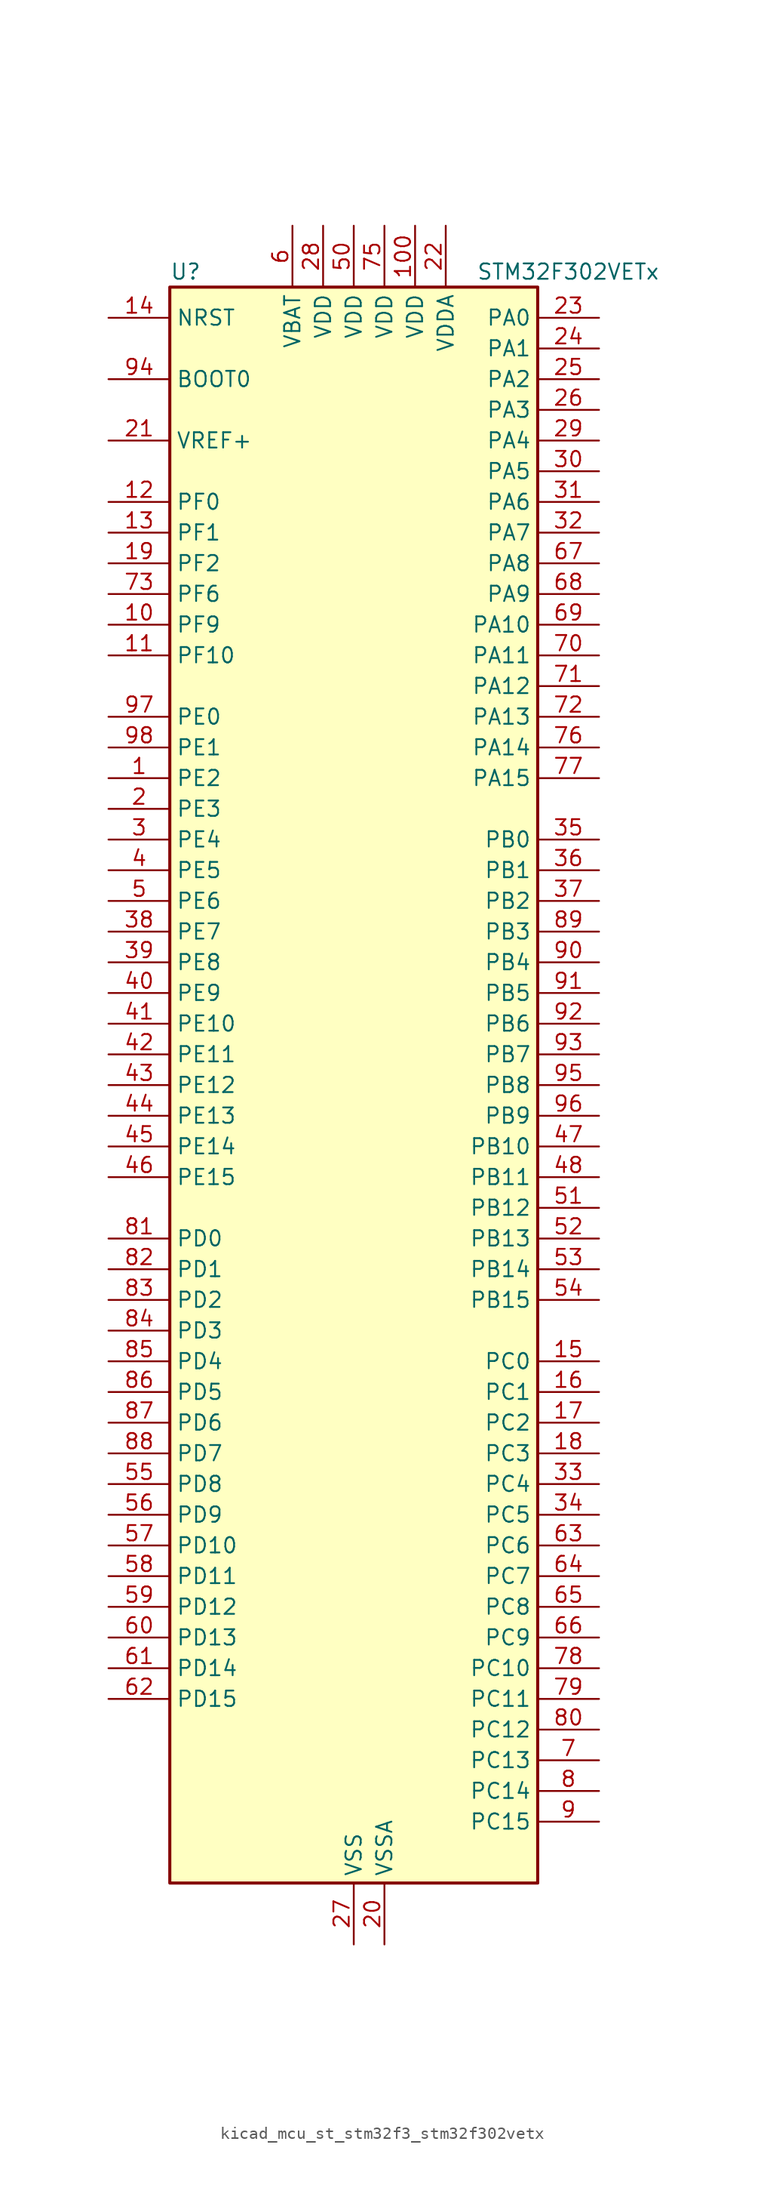
<source format=kicad_sym>
(kicad_symbol_lib
  (version 20220914)
  (generator kicad_symbol_editor)
  (symbol "kicad_mcu_st_stm32f3_stm32f302vetx"
    (property "Reference" "U"
      (at -15.24 67.31 0)
      (effects (font (size 1.27 1.27)) (justify left)))
    (property "Value" "STM32F302VETx"
      (at 10.16 67.31 0)
      (effects (font (size 1.27 1.27)) (justify left)))
    (property "ki_locked" ""
      (at 0 0 0)
      (effects (font (size 1.27 1.27))))
    (symbol "kicad_mcu_st_stm32f3_stm32f302vetx_0_1"
      (rectangle (start -15.24 -66.04) (end 15.24 66.04) (stroke (width 0.254) (type default)) (fill (type background))))
    (symbol "kicad_mcu_st_stm32f3_stm32f302vetx_1_1"
      (pin bidirectional line (at -20.32 25.4 0) (length 5.08) (name "PE2" (effects (font (size 1.27 1.27)))) (number "1" (effects (font (size 1.27 1.27)))) (alternate "FMC_A23" bidirectional line) (alternate "SPI4_SCK" bidirectional line) (alternate "SYS_TRACECK" bidirectional line) (alternate "TIM3_CH1" bidirectional line) (alternate "TSC_G7_IO1" bidirectional line))
      (pin bidirectional line (at -20.32 38.1 0) (length 5.08) (name "PF9" (effects (font (size 1.27 1.27)))) (number "10" (effects (font (size 1.27 1.27)))) (alternate "DAC1_EXTI9" bidirectional line) (alternate "FMC_CD" bidirectional line) (alternate "SPI2_SCK" bidirectional line) (alternate "TIM15_CH1" bidirectional line))
      (pin power_in line (at 5.08 71.12 270) (length 5.08) (name "VDD" (effects (font (size 1.27 1.27)))) (number "100" (effects (font (size 1.27 1.27)))))
      (pin bidirectional line (at -20.32 35.56 0) (length 5.08) (name "PF10" (effects (font (size 1.27 1.27)))) (number "11" (effects (font (size 1.27 1.27)))) (alternate "FMC_INTR" bidirectional line) (alternate "SPI2_SCK" bidirectional line) (alternate "TIM15_CH2" bidirectional line))
      (pin bidirectional line (at -20.32 48.26 0) (length 5.08) (name "PF0" (effects (font (size 1.27 1.27)))) (number "12" (effects (font (size 1.27 1.27)))) (alternate "I2C2_SDA" bidirectional line) (alternate "I2S2_WS" bidirectional line) (alternate "RCC_OSC_IN" bidirectional line) (alternate "SPI2_NSS" bidirectional line) (alternate "TIM1_CH3N" bidirectional line))
      (pin bidirectional line (at -20.32 45.72 0) (length 5.08) (name "PF1" (effects (font (size 1.27 1.27)))) (number "13" (effects (font (size 1.27 1.27)))) (alternate "I2C2_SCL" bidirectional line) (alternate "I2S2_CK" bidirectional line) (alternate "RCC_OSC_OUT" bidirectional line) (alternate "SPI2_SCK" bidirectional line))
      (pin input line (at -20.32 63.5 0) (length 5.08) (name "NRST" (effects (font (size 1.27 1.27)))) (number "14" (effects (font (size 1.27 1.27)))))
      (pin bidirectional line (at 20.32 -22.86 180) (length 5.08) (name "PC0" (effects (font (size 1.27 1.27)))) (number "15" (effects (font (size 1.27 1.27)))) (alternate "ADC1_IN6" bidirectional line) (alternate "ADC2_IN6" bidirectional line) (alternate "TIM1_CH1" bidirectional line))
      (pin bidirectional line (at 20.32 -25.4 180) (length 5.08) (name "PC1" (effects (font (size 1.27 1.27)))) (number "16" (effects (font (size 1.27 1.27)))) (alternate "ADC1_IN7" bidirectional line) (alternate "ADC2_IN7" bidirectional line) (alternate "TIM1_CH2" bidirectional line))
      (pin bidirectional line (at 20.32 -27.94 180) (length 5.08) (name "PC2" (effects (font (size 1.27 1.27)))) (number "17" (effects (font (size 1.27 1.27)))) (alternate "ADC1_IN8" bidirectional line) (alternate "ADC2_IN8" bidirectional line) (alternate "TIM1_CH3" bidirectional line))
      (pin bidirectional line (at 20.32 -30.48 180) (length 5.08) (name "PC3" (effects (font (size 1.27 1.27)))) (number "18" (effects (font (size 1.27 1.27)))) (alternate "ADC1_IN9" bidirectional line) (alternate "ADC2_IN9" bidirectional line) (alternate "TIM1_BKIN2" bidirectional line) (alternate "TIM1_CH4" bidirectional line))
      (pin bidirectional line (at -20.32 43.18 0) (length 5.08) (name "PF2" (effects (font (size 1.27 1.27)))) (number "19" (effects (font (size 1.27 1.27)))) (alternate "ADC1_IN10" bidirectional line) (alternate "ADC2_IN10" bidirectional line) (alternate "FMC_A2" bidirectional line))
      (pin bidirectional line (at -20.32 22.86 0) (length 5.08) (name "PE3" (effects (font (size 1.27 1.27)))) (number "2" (effects (font (size 1.27 1.27)))) (alternate "FMC_A19" bidirectional line) (alternate "SPI4_NSS" bidirectional line) (alternate "SYS_TRACED0" bidirectional line) (alternate "TIM3_CH2" bidirectional line) (alternate "TSC_G7_IO2" bidirectional line))
      (pin power_in line (at 2.54 -71.12 90) (length 5.08) (name "VSSA" (effects (font (size 1.27 1.27)))) (number "20" (effects (font (size 1.27 1.27)))))
      (pin input line (at -20.32 53.34 0) (length 5.08) (name "VREF+" (effects (font (size 1.27 1.27)))) (number "21" (effects (font (size 1.27 1.27)))))
      (pin power_in line (at 7.62 71.12 270) (length 5.08) (name "VDDA" (effects (font (size 1.27 1.27)))) (number "22" (effects (font (size 1.27 1.27)))))
      (pin bidirectional line (at 20.32 63.5 180) (length 5.08) (name "PA0" (effects (font (size 1.27 1.27)))) (number "23" (effects (font (size 1.27 1.27)))) (alternate "ADC1_IN1" bidirectional line) (alternate "COMP1_INM" bidirectional line) (alternate "COMP1_OUT" bidirectional line) (alternate "RTC_TAMP2" bidirectional line) (alternate "SYS_WKUP1" bidirectional line) (alternate "TIM2_CH1" bidirectional line) (alternate "TIM2_ETR" bidirectional line) (alternate "TSC_G1_IO1" bidirectional line) (alternate "USART2_CTS" bidirectional line))
      (pin bidirectional line (at 20.32 60.96 180) (length 5.08) (name "PA1" (effects (font (size 1.27 1.27)))) (number "24" (effects (font (size 1.27 1.27)))) (alternate "ADC1_IN2" bidirectional line) (alternate "COMP1_INP" bidirectional line) (alternate "OPAMP1_VINP" bidirectional line) (alternate "OPAMP1_VINP_SEC" bidirectional line) (alternate "RTC_REFIN" bidirectional line) (alternate "TIM15_CH1N" bidirectional line) (alternate "TIM2_CH2" bidirectional line) (alternate "TSC_G1_IO2" bidirectional line) (alternate "USART2_DE" bidirectional line) (alternate "USART2_RTS" bidirectional line))
      (pin bidirectional line (at 20.32 58.42 180) (length 5.08) (name "PA2" (effects (font (size 1.27 1.27)))) (number "25" (effects (font (size 1.27 1.27)))) (alternate "ADC1_IN3" bidirectional line) (alternate "COMP2_INM" bidirectional line) (alternate "COMP2_OUT" bidirectional line) (alternate "OPAMP1_VOUT" bidirectional line) (alternate "TIM15_CH1" bidirectional line) (alternate "TIM2_CH3" bidirectional line) (alternate "TSC_G1_IO3" bidirectional line) (alternate "USART2_TX" bidirectional line))
      (pin bidirectional line (at 20.32 55.88 180) (length 5.08) (name "PA3" (effects (font (size 1.27 1.27)))) (number "26" (effects (font (size 1.27 1.27)))) (alternate "ADC1_IN4" bidirectional line) (alternate "OPAMP1_VINM" bidirectional line) (alternate "OPAMP1_VINM_SEC" bidirectional line) (alternate "OPAMP1_VINP" bidirectional line) (alternate "OPAMP1_VINP_SEC" bidirectional line) (alternate "TIM15_CH2" bidirectional line) (alternate "TIM2_CH4" bidirectional line) (alternate "TSC_G1_IO4" bidirectional line) (alternate "USART2_RX" bidirectional line))
      (pin power_in line (at 0 -71.12 90) (length 5.08) (name "VSS" (effects (font (size 1.27 1.27)))) (number "27" (effects (font (size 1.27 1.27)))))
      (pin power_in line (at -2.54 71.12 270) (length 5.08) (name "VDD" (effects (font (size 1.27 1.27)))) (number "28" (effects (font (size 1.27 1.27)))))
      (pin bidirectional line (at 20.32 53.34 180) (length 5.08) (name "PA4" (effects (font (size 1.27 1.27)))) (number "29" (effects (font (size 1.27 1.27)))) (alternate "ADC2_IN1" bidirectional line) (alternate "COMP1_INM" bidirectional line) (alternate "COMP2_INM" bidirectional line) (alternate "COMP4_INM" bidirectional line) (alternate "COMP6_INM" bidirectional line) (alternate "DAC1_OUT1" bidirectional line) (alternate "I2S3_WS" bidirectional line) (alternate "SPI1_NSS" bidirectional line) (alternate "SPI3_NSS" bidirectional line) (alternate "TIM3_CH2" bidirectional line) (alternate "TSC_G2_IO1" bidirectional line) (alternate "USART2_CK" bidirectional line))
      (pin bidirectional line (at -20.32 20.32 0) (length 5.08) (name "PE4" (effects (font (size 1.27 1.27)))) (number "3" (effects (font (size 1.27 1.27)))) (alternate "FMC_A20" bidirectional line) (alternate "SPI4_NSS" bidirectional line) (alternate "SYS_TRACED1" bidirectional line) (alternate "TIM3_CH3" bidirectional line) (alternate "TSC_G7_IO3" bidirectional line))
      (pin bidirectional line (at 20.32 50.8 180) (length 5.08) (name "PA5" (effects (font (size 1.27 1.27)))) (number "30" (effects (font (size 1.27 1.27)))) (alternate "ADC2_IN2" bidirectional line) (alternate "COMP1_INM" bidirectional line) (alternate "COMP2_INM" bidirectional line) (alternate "COMP4_INM" bidirectional line) (alternate "COMP6_INM" bidirectional line) (alternate "OPAMP1_VINP" bidirectional line) (alternate "OPAMP1_VINP_SEC" bidirectional line) (alternate "OPAMP2_VINM" bidirectional line) (alternate "OPAMP2_VINM_SEC" bidirectional line) (alternate "SPI1_SCK" bidirectional line) (alternate "TIM2_CH1" bidirectional line) (alternate "TIM2_ETR" bidirectional line) (alternate "TSC_G2_IO2" bidirectional line))
      (pin bidirectional line (at 20.32 48.26 180) (length 5.08) (name "PA6" (effects (font (size 1.27 1.27)))) (number "31" (effects (font (size 1.27 1.27)))) (alternate "ADC2_IN3" bidirectional line) (alternate "COMP1_OUT" bidirectional line) (alternate "OPAMP2_VOUT" bidirectional line) (alternate "SPI1_MISO" bidirectional line) (alternate "TIM16_CH1" bidirectional line) (alternate "TIM1_BKIN" bidirectional line) (alternate "TIM3_CH1" bidirectional line) (alternate "TSC_G2_IO3" bidirectional line))
      (pin bidirectional line (at 20.32 45.72 180) (length 5.08) (name "PA7" (effects (font (size 1.27 1.27)))) (number "32" (effects (font (size 1.27 1.27)))) (alternate "ADC2_IN4" bidirectional line) (alternate "COMP2_INP" bidirectional line) (alternate "OPAMP1_VINP" bidirectional line) (alternate "OPAMP1_VINP_SEC" bidirectional line) (alternate "OPAMP2_VINP" bidirectional line) (alternate "OPAMP2_VINP_SEC" bidirectional line) (alternate "SPI1_MOSI" bidirectional line) (alternate "TIM17_CH1" bidirectional line) (alternate "TIM1_CH1N" bidirectional line) (alternate "TIM3_CH2" bidirectional line) (alternate "TSC_G2_IO4" bidirectional line))
      (pin bidirectional line (at 20.32 -33.02 180) (length 5.08) (name "PC4" (effects (font (size 1.27 1.27)))) (number "33" (effects (font (size 1.27 1.27)))) (alternate "ADC2_IN5" bidirectional line) (alternate "TIM1_ETR" bidirectional line) (alternate "USART1_TX" bidirectional line))
      (pin bidirectional line (at 20.32 -35.56 180) (length 5.08) (name "PC5" (effects (font (size 1.27 1.27)))) (number "34" (effects (font (size 1.27 1.27)))) (alternate "ADC2_IN11" bidirectional line) (alternate "OPAMP1_VINM" bidirectional line) (alternate "OPAMP1_VINM_SEC" bidirectional line) (alternate "OPAMP2_VINM" bidirectional line) (alternate "OPAMP2_VINM_SEC" bidirectional line) (alternate "TIM15_BKIN" bidirectional line) (alternate "TSC_G3_IO1" bidirectional line) (alternate "USART1_RX" bidirectional line))
      (pin bidirectional line (at 20.32 20.32 180) (length 5.08) (name "PB0" (effects (font (size 1.27 1.27)))) (number "35" (effects (font (size 1.27 1.27)))) (alternate "COMP4_INP" bidirectional line) (alternate "OPAMP2_VINP" bidirectional line) (alternate "OPAMP2_VINP_SEC" bidirectional line) (alternate "TIM1_CH2N" bidirectional line) (alternate "TIM3_CH3" bidirectional line) (alternate "TSC_G3_IO2" bidirectional line))
      (pin bidirectional line (at 20.32 17.78 180) (length 5.08) (name "PB1" (effects (font (size 1.27 1.27)))) (number "36" (effects (font (size 1.27 1.27)))) (alternate "COMP4_OUT" bidirectional line) (alternate "TIM1_CH3N" bidirectional line) (alternate "TIM3_CH4" bidirectional line) (alternate "TSC_G3_IO3" bidirectional line))
      (pin bidirectional line (at 20.32 15.24 180) (length 5.08) (name "PB2" (effects (font (size 1.27 1.27)))) (number "37" (effects (font (size 1.27 1.27)))) (alternate "ADC2_IN12" bidirectional line) (alternate "COMP4_INM" bidirectional line) (alternate "TSC_G3_IO4" bidirectional line))
      (pin bidirectional line (at -20.32 12.7 0) (length 5.08) (name "PE7" (effects (font (size 1.27 1.27)))) (number "38" (effects (font (size 1.27 1.27)))) (alternate "FMC_D4" bidirectional line) (alternate "FMC_DA4" bidirectional line) (alternate "TIM1_ETR" bidirectional line))
      (pin bidirectional line (at -20.32 10.16 0) (length 5.08) (name "PE8" (effects (font (size 1.27 1.27)))) (number "39" (effects (font (size 1.27 1.27)))) (alternate "COMP4_INM" bidirectional line) (alternate "FMC_D5" bidirectional line) (alternate "FMC_DA5" bidirectional line) (alternate "TIM1_CH1N" bidirectional line))
      (pin bidirectional line (at -20.32 17.78 0) (length 5.08) (name "PE5" (effects (font (size 1.27 1.27)))) (number "4" (effects (font (size 1.27 1.27)))) (alternate "FMC_A21" bidirectional line) (alternate "SPI4_MISO" bidirectional line) (alternate "SYS_TRACED2" bidirectional line) (alternate "TIM3_CH4" bidirectional line) (alternate "TSC_G7_IO4" bidirectional line))
      (pin bidirectional line (at -20.32 7.62 0) (length 5.08) (name "PE9" (effects (font (size 1.27 1.27)))) (number "40" (effects (font (size 1.27 1.27)))) (alternate "DAC1_EXTI9" bidirectional line) (alternate "FMC_D6" bidirectional line) (alternate "FMC_DA6" bidirectional line) (alternate "TIM1_CH1" bidirectional line))
      (pin bidirectional line (at -20.32 5.08 0) (length 5.08) (name "PE10" (effects (font (size 1.27 1.27)))) (number "41" (effects (font (size 1.27 1.27)))) (alternate "FMC_D7" bidirectional line) (alternate "FMC_DA7" bidirectional line) (alternate "TIM1_CH2N" bidirectional line))
      (pin bidirectional line (at -20.32 2.54 0) (length 5.08) (name "PE11" (effects (font (size 1.27 1.27)))) (number "42" (effects (font (size 1.27 1.27)))) (alternate "ADC1_EXTI11" bidirectional line) (alternate "ADC2_EXTI11" bidirectional line) (alternate "FMC_D8" bidirectional line) (alternate "FMC_DA8" bidirectional line) (alternate "SPI4_NSS" bidirectional line) (alternate "TIM1_CH2" bidirectional line))
      (pin bidirectional line (at -20.32 0 0) (length 5.08) (name "PE12" (effects (font (size 1.27 1.27)))) (number "43" (effects (font (size 1.27 1.27)))) (alternate "FMC_D9" bidirectional line) (alternate "FMC_DA9" bidirectional line) (alternate "SPI4_SCK" bidirectional line) (alternate "TIM1_CH3N" bidirectional line))
      (pin bidirectional line (at -20.32 -2.54 0) (length 5.08) (name "PE13" (effects (font (size 1.27 1.27)))) (number "44" (effects (font (size 1.27 1.27)))) (alternate "FMC_D10" bidirectional line) (alternate "FMC_DA10" bidirectional line) (alternate "SPI4_MISO" bidirectional line) (alternate "TIM1_CH3" bidirectional line))
      (pin bidirectional line (at -20.32 -5.08 0) (length 5.08) (name "PE14" (effects (font (size 1.27 1.27)))) (number "45" (effects (font (size 1.27 1.27)))) (alternate "FMC_D11" bidirectional line) (alternate "FMC_DA11" bidirectional line) (alternate "SPI4_MOSI" bidirectional line) (alternate "TIM1_BKIN2" bidirectional line) (alternate "TIM1_CH4" bidirectional line))
      (pin bidirectional line (at -20.32 -7.62 0) (length 5.08) (name "PE15" (effects (font (size 1.27 1.27)))) (number "46" (effects (font (size 1.27 1.27)))) (alternate "ADC1_EXTI15" bidirectional line) (alternate "ADC2_EXTI15" bidirectional line) (alternate "FMC_D12" bidirectional line) (alternate "FMC_DA12" bidirectional line) (alternate "TIM1_BKIN" bidirectional line) (alternate "USART3_RX" bidirectional line))
      (pin bidirectional line (at 20.32 -5.08 180) (length 5.08) (name "PB10" (effects (font (size 1.27 1.27)))) (number "47" (effects (font (size 1.27 1.27)))) (alternate "TIM2_CH3" bidirectional line) (alternate "TSC_SYNC" bidirectional line) (alternate "USART3_TX" bidirectional line))
      (pin bidirectional line (at 20.32 -7.62 180) (length 5.08) (name "PB11" (effects (font (size 1.27 1.27)))) (number "48" (effects (font (size 1.27 1.27)))) (alternate "ADC1_EXTI11" bidirectional line) (alternate "ADC1_IN14" bidirectional line) (alternate "ADC2_EXTI11" bidirectional line) (alternate "ADC2_IN14" bidirectional line) (alternate "COMP6_INP" bidirectional line) (alternate "TIM2_CH4" bidirectional line) (alternate "TSC_G6_IO1" bidirectional line) (alternate "USART3_RX" bidirectional line))
      (pin passive line (at 0 -71.12 90) (length 5.08) hide (name "VSS" (effects (font (size 1.27 1.27)))) (number "49" (effects (font (size 1.27 1.27)))))
      (pin bidirectional line (at -20.32 15.24 0) (length 5.08) (name "PE6" (effects (font (size 1.27 1.27)))) (number "5" (effects (font (size 1.27 1.27)))) (alternate "FMC_A22" bidirectional line) (alternate "RTC_TAMP3" bidirectional line) (alternate "SPI4_MOSI" bidirectional line) (alternate "SYS_TRACED3" bidirectional line) (alternate "SYS_WKUP3" bidirectional line))
      (pin power_in line (at 0 71.12 270) (length 5.08) (name "VDD" (effects (font (size 1.27 1.27)))) (number "50" (effects (font (size 1.27 1.27)))))
      (pin bidirectional line (at 20.32 -10.16 180) (length 5.08) (name "PB12" (effects (font (size 1.27 1.27)))) (number "51" (effects (font (size 1.27 1.27)))) (alternate "I2C2_SMBA" bidirectional line) (alternate "I2S2_WS" bidirectional line) (alternate "SPI2_NSS" bidirectional line) (alternate "TIM1_BKIN" bidirectional line) (alternate "TSC_G6_IO2" bidirectional line) (alternate "USART3_CK" bidirectional line))
      (pin bidirectional line (at 20.32 -12.7 180) (length 5.08) (name "PB13" (effects (font (size 1.27 1.27)))) (number "52" (effects (font (size 1.27 1.27)))) (alternate "I2S2_CK" bidirectional line) (alternate "SPI2_SCK" bidirectional line) (alternate "TIM1_CH1N" bidirectional line) (alternate "TSC_G6_IO3" bidirectional line) (alternate "USART3_CTS" bidirectional line))
      (pin bidirectional line (at 20.32 -15.24 180) (length 5.08) (name "PB14" (effects (font (size 1.27 1.27)))) (number "53" (effects (font (size 1.27 1.27)))) (alternate "I2S2_ext_SD" bidirectional line) (alternate "OPAMP2_VINP" bidirectional line) (alternate "OPAMP2_VINP_SEC" bidirectional line) (alternate "SPI2_MISO" bidirectional line) (alternate "TIM15_CH1" bidirectional line) (alternate "TIM1_CH2N" bidirectional line) (alternate "TSC_G6_IO4" bidirectional line) (alternate "USART3_DE" bidirectional line) (alternate "USART3_RTS" bidirectional line))
      (pin bidirectional line (at 20.32 -17.78 180) (length 5.08) (name "PB15" (effects (font (size 1.27 1.27)))) (number "54" (effects (font (size 1.27 1.27)))) (alternate "ADC1_EXTI15" bidirectional line) (alternate "ADC2_EXTI15" bidirectional line) (alternate "COMP6_INM" bidirectional line) (alternate "I2S2_SD" bidirectional line) (alternate "RTC_REFIN" bidirectional line) (alternate "SPI2_MOSI" bidirectional line) (alternate "TIM15_CH1N" bidirectional line) (alternate "TIM15_CH2" bidirectional line) (alternate "TIM1_CH3N" bidirectional line))
      (pin bidirectional line (at -20.32 -33.02 0) (length 5.08) (name "PD8" (effects (font (size 1.27 1.27)))) (number "55" (effects (font (size 1.27 1.27)))) (alternate "FMC_D13" bidirectional line) (alternate "FMC_DA13" bidirectional line) (alternate "USART3_TX" bidirectional line))
      (pin bidirectional line (at -20.32 -35.56 0) (length 5.08) (name "PD9" (effects (font (size 1.27 1.27)))) (number "56" (effects (font (size 1.27 1.27)))) (alternate "DAC1_EXTI9" bidirectional line) (alternate "FMC_D14" bidirectional line) (alternate "FMC_DA14" bidirectional line) (alternate "USART3_RX" bidirectional line))
      (pin bidirectional line (at -20.32 -38.1 0) (length 5.08) (name "PD10" (effects (font (size 1.27 1.27)))) (number "57" (effects (font (size 1.27 1.27)))) (alternate "COMP6_INM" bidirectional line) (alternate "FMC_D15" bidirectional line) (alternate "FMC_DA15" bidirectional line) (alternate "USART3_CK" bidirectional line))
      (pin bidirectional line (at -20.32 -40.64 0) (length 5.08) (name "PD11" (effects (font (size 1.27 1.27)))) (number "58" (effects (font (size 1.27 1.27)))) (alternate "ADC1_EXTI11" bidirectional line) (alternate "ADC2_EXTI11" bidirectional line) (alternate "FMC_A16" bidirectional line) (alternate "FMC_CLE" bidirectional line) (alternate "USART3_CTS" bidirectional line))
      (pin bidirectional line (at -20.32 -43.18 0) (length 5.08) (name "PD12" (effects (font (size 1.27 1.27)))) (number "59" (effects (font (size 1.27 1.27)))) (alternate "FMC_A17" bidirectional line) (alternate "FMC_ALE" bidirectional line) (alternate "TIM4_CH1" bidirectional line) (alternate "TSC_G8_IO1" bidirectional line) (alternate "USART3_DE" bidirectional line) (alternate "USART3_RTS" bidirectional line))
      (pin power_in line (at -5.08 71.12 270) (length 5.08) (name "VBAT" (effects (font (size 1.27 1.27)))) (number "6" (effects (font (size 1.27 1.27)))))
      (pin bidirectional line (at -20.32 -45.72 0) (length 5.08) (name "PD13" (effects (font (size 1.27 1.27)))) (number "60" (effects (font (size 1.27 1.27)))) (alternate "FMC_A18" bidirectional line) (alternate "TIM4_CH2" bidirectional line) (alternate "TSC_G8_IO2" bidirectional line))
      (pin bidirectional line (at -20.32 -48.26 0) (length 5.08) (name "PD14" (effects (font (size 1.27 1.27)))) (number "61" (effects (font (size 1.27 1.27)))) (alternate "FMC_D0" bidirectional line) (alternate "FMC_DA0" bidirectional line) (alternate "OPAMP2_VINP" bidirectional line) (alternate "OPAMP2_VINP_SEC" bidirectional line) (alternate "TIM4_CH3" bidirectional line) (alternate "TSC_G8_IO3" bidirectional line))
      (pin bidirectional line (at -20.32 -50.8 0) (length 5.08) (name "PD15" (effects (font (size 1.27 1.27)))) (number "62" (effects (font (size 1.27 1.27)))) (alternate "ADC1_EXTI15" bidirectional line) (alternate "ADC2_EXTI15" bidirectional line) (alternate "FMC_D1" bidirectional line) (alternate "FMC_DA1" bidirectional line) (alternate "SPI2_NSS" bidirectional line) (alternate "TIM4_CH4" bidirectional line) (alternate "TSC_G8_IO4" bidirectional line))
      (pin bidirectional line (at 20.32 -38.1 180) (length 5.08) (name "PC6" (effects (font (size 1.27 1.27)))) (number "63" (effects (font (size 1.27 1.27)))) (alternate "COMP6_OUT" bidirectional line) (alternate "I2S2_MCK" bidirectional line) (alternate "TIM3_CH1" bidirectional line))
      (pin bidirectional line (at 20.32 -40.64 180) (length 5.08) (name "PC7" (effects (font (size 1.27 1.27)))) (number "64" (effects (font (size 1.27 1.27)))) (alternate "I2S3_MCK" bidirectional line) (alternate "TIM3_CH2" bidirectional line))
      (pin bidirectional line (at 20.32 -43.18 180) (length 5.08) (name "PC8" (effects (font (size 1.27 1.27)))) (number "65" (effects (font (size 1.27 1.27)))) (alternate "TIM3_CH3" bidirectional line))
      (pin bidirectional line (at 20.32 -45.72 180) (length 5.08) (name "PC9" (effects (font (size 1.27 1.27)))) (number "66" (effects (font (size 1.27 1.27)))) (alternate "DAC1_EXTI9" bidirectional line) (alternate "I2C3_SDA" bidirectional line) (alternate "I2S_CKIN" bidirectional line) (alternate "TIM3_CH4" bidirectional line))
      (pin bidirectional line (at 20.32 43.18 180) (length 5.08) (name "PA8" (effects (font (size 1.27 1.27)))) (number "67" (effects (font (size 1.27 1.27)))) (alternate "I2C2_SMBA" bidirectional line) (alternate "I2C3_SCL" bidirectional line) (alternate "I2S2_MCK" bidirectional line) (alternate "RCC_MCO" bidirectional line) (alternate "TIM1_CH1" bidirectional line) (alternate "TIM4_ETR" bidirectional line) (alternate "USART1_CK" bidirectional line))
      (pin bidirectional line (at 20.32 40.64 180) (length 5.08) (name "PA9" (effects (font (size 1.27 1.27)))) (number "68" (effects (font (size 1.27 1.27)))) (alternate "DAC1_EXTI9" bidirectional line) (alternate "I2C2_SCL" bidirectional line) (alternate "I2C3_SMBA" bidirectional line) (alternate "I2S3_MCK" bidirectional line) (alternate "TIM15_BKIN" bidirectional line) (alternate "TIM1_CH2" bidirectional line) (alternate "TIM2_CH3" bidirectional line) (alternate "TSC_G4_IO1" bidirectional line) (alternate "USART1_TX" bidirectional line))
      (pin bidirectional line (at 20.32 38.1 180) (length 5.08) (name "PA10" (effects (font (size 1.27 1.27)))) (number "69" (effects (font (size 1.27 1.27)))) (alternate "COMP6_OUT" bidirectional line) (alternate "I2C2_SDA" bidirectional line) (alternate "I2S2_ext_SD" bidirectional line) (alternate "SPI2_MISO" bidirectional line) (alternate "TIM17_BKIN" bidirectional line) (alternate "TIM1_CH3" bidirectional line) (alternate "TIM2_CH4" bidirectional line) (alternate "TSC_G4_IO2" bidirectional line) (alternate "USART1_RX" bidirectional line))
      (pin bidirectional line (at 20.32 -55.88 180) (length 5.08) (name "PC13" (effects (font (size 1.27 1.27)))) (number "7" (effects (font (size 1.27 1.27)))) (alternate "RTC_OUT_ALARM" bidirectional line) (alternate "RTC_OUT_CALIB" bidirectional line) (alternate "RTC_TAMP1" bidirectional line) (alternate "RTC_TS" bidirectional line) (alternate "SYS_WKUP2" bidirectional line) (alternate "TIM1_CH1N" bidirectional line))
      (pin bidirectional line (at 20.32 35.56 180) (length 5.08) (name "PA11" (effects (font (size 1.27 1.27)))) (number "70" (effects (font (size 1.27 1.27)))) (alternate "ADC1_EXTI11" bidirectional line) (alternate "ADC2_EXTI11" bidirectional line) (alternate "CAN_RX" bidirectional line) (alternate "COMP1_OUT" bidirectional line) (alternate "I2S2_SD" bidirectional line) (alternate "SPI2_MOSI" bidirectional line) (alternate "TIM1_BKIN2" bidirectional line) (alternate "TIM1_CH1N" bidirectional line) (alternate "TIM1_CH4" bidirectional line) (alternate "TIM4_CH1" bidirectional line) (alternate "USART1_CTS" bidirectional line) (alternate "USB_DM" bidirectional line))
      (pin bidirectional line (at 20.32 33.02 180) (length 5.08) (name "PA12" (effects (font (size 1.27 1.27)))) (number "71" (effects (font (size 1.27 1.27)))) (alternate "CAN_TX" bidirectional line) (alternate "COMP2_OUT" bidirectional line) (alternate "I2S_CKIN" bidirectional line) (alternate "TIM16_CH1" bidirectional line) (alternate "TIM1_CH2N" bidirectional line) (alternate "TIM1_ETR" bidirectional line) (alternate "TIM4_CH2" bidirectional line) (alternate "USART1_DE" bidirectional line) (alternate "USART1_RTS" bidirectional line) (alternate "USB_DP" bidirectional line))
      (pin bidirectional line (at 20.32 30.48 180) (length 5.08) (name "PA13" (effects (font (size 1.27 1.27)))) (number "72" (effects (font (size 1.27 1.27)))) (alternate "IR_OUT" bidirectional line) (alternate "SYS_JTMS-SWDIO" bidirectional line) (alternate "TIM16_CH1N" bidirectional line) (alternate "TIM4_CH3" bidirectional line) (alternate "TSC_G4_IO3" bidirectional line) (alternate "USART3_CTS" bidirectional line))
      (pin bidirectional line (at -20.32 40.64 0) (length 5.08) (name "PF6" (effects (font (size 1.27 1.27)))) (number "73" (effects (font (size 1.27 1.27)))) (alternate "FMC_NIORD" bidirectional line) (alternate "I2C2_SCL" bidirectional line) (alternate "TIM4_CH4" bidirectional line) (alternate "USART3_DE" bidirectional line) (alternate "USART3_RTS" bidirectional line))
      (pin passive line (at 0 -71.12 90) (length 5.08) hide (name "VSS" (effects (font (size 1.27 1.27)))) (number "74" (effects (font (size 1.27 1.27)))))
      (pin power_in line (at 2.54 71.12 270) (length 5.08) (name "VDD" (effects (font (size 1.27 1.27)))) (number "75" (effects (font (size 1.27 1.27)))))
      (pin bidirectional line (at 20.32 27.94 180) (length 5.08) (name "PA14" (effects (font (size 1.27 1.27)))) (number "76" (effects (font (size 1.27 1.27)))) (alternate "I2C1_SDA" bidirectional line) (alternate "SYS_JTCK-SWCLK" bidirectional line) (alternate "TIM1_BKIN" bidirectional line) (alternate "TSC_G4_IO4" bidirectional line) (alternate "USART2_TX" bidirectional line))
      (pin bidirectional line (at 20.32 25.4 180) (length 5.08) (name "PA15" (effects (font (size 1.27 1.27)))) (number "77" (effects (font (size 1.27 1.27)))) (alternate "ADC1_EXTI15" bidirectional line) (alternate "ADC2_EXTI15" bidirectional line) (alternate "I2C1_SCL" bidirectional line) (alternate "I2S3_WS" bidirectional line) (alternate "SPI1_NSS" bidirectional line) (alternate "SPI3_NSS" bidirectional line) (alternate "SYS_JTDI" bidirectional line) (alternate "TIM1_BKIN" bidirectional line) (alternate "TIM2_CH1" bidirectional line) (alternate "TIM2_ETR" bidirectional line) (alternate "TSC_SYNC" bidirectional line) (alternate "USART2_RX" bidirectional line))
      (pin bidirectional line (at 20.32 -48.26 180) (length 5.08) (name "PC10" (effects (font (size 1.27 1.27)))) (number "78" (effects (font (size 1.27 1.27)))) (alternate "I2S3_CK" bidirectional line) (alternate "SPI3_SCK" bidirectional line) (alternate "UART4_TX" bidirectional line) (alternate "USART3_TX" bidirectional line))
      (pin bidirectional line (at 20.32 -50.8 180) (length 5.08) (name "PC11" (effects (font (size 1.27 1.27)))) (number "79" (effects (font (size 1.27 1.27)))) (alternate "ADC1_EXTI11" bidirectional line) (alternate "ADC2_EXTI11" bidirectional line) (alternate "I2S3_ext_SD" bidirectional line) (alternate "SPI3_MISO" bidirectional line) (alternate "UART4_RX" bidirectional line) (alternate "USART3_RX" bidirectional line))
      (pin bidirectional line (at 20.32 -58.42 180) (length 5.08) (name "PC14" (effects (font (size 1.27 1.27)))) (number "8" (effects (font (size 1.27 1.27)))) (alternate "RCC_OSC32_IN" bidirectional line))
      (pin bidirectional line (at 20.32 -53.34 180) (length 5.08) (name "PC12" (effects (font (size 1.27 1.27)))) (number "80" (effects (font (size 1.27 1.27)))) (alternate "I2S3_SD" bidirectional line) (alternate "SPI3_MOSI" bidirectional line) (alternate "UART5_TX" bidirectional line) (alternate "USART3_CK" bidirectional line))
      (pin bidirectional line (at -20.32 -12.7 0) (length 5.08) (name "PD0" (effects (font (size 1.27 1.27)))) (number "81" (effects (font (size 1.27 1.27)))) (alternate "CAN_RX" bidirectional line) (alternate "FMC_D2" bidirectional line) (alternate "FMC_DA2" bidirectional line))
      (pin bidirectional line (at -20.32 -15.24 0) (length 5.08) (name "PD1" (effects (font (size 1.27 1.27)))) (number "82" (effects (font (size 1.27 1.27)))) (alternate "CAN_TX" bidirectional line) (alternate "FMC_D3" bidirectional line) (alternate "FMC_DA3" bidirectional line))
      (pin bidirectional line (at -20.32 -17.78 0) (length 5.08) (name "PD2" (effects (font (size 1.27 1.27)))) (number "83" (effects (font (size 1.27 1.27)))) (alternate "TIM3_ETR" bidirectional line) (alternate "UART5_RX" bidirectional line))
      (pin bidirectional line (at -20.32 -20.32 0) (length 5.08) (name "PD3" (effects (font (size 1.27 1.27)))) (number "84" (effects (font (size 1.27 1.27)))) (alternate "FMC_CLK" bidirectional line) (alternate "TIM2_CH1" bidirectional line) (alternate "TIM2_ETR" bidirectional line) (alternate "USART2_CTS" bidirectional line))
      (pin bidirectional line (at -20.32 -22.86 0) (length 5.08) (name "PD4" (effects (font (size 1.27 1.27)))) (number "85" (effects (font (size 1.27 1.27)))) (alternate "FMC_NOE" bidirectional line) (alternate "TIM2_CH2" bidirectional line) (alternate "USART2_DE" bidirectional line) (alternate "USART2_RTS" bidirectional line))
      (pin bidirectional line (at -20.32 -25.4 0) (length 5.08) (name "PD5" (effects (font (size 1.27 1.27)))) (number "86" (effects (font (size 1.27 1.27)))) (alternate "FMC_NWE" bidirectional line) (alternate "USART2_TX" bidirectional line))
      (pin bidirectional line (at -20.32 -27.94 0) (length 5.08) (name "PD6" (effects (font (size 1.27 1.27)))) (number "87" (effects (font (size 1.27 1.27)))) (alternate "FMC_NWAIT" bidirectional line) (alternate "TIM2_CH4" bidirectional line) (alternate "USART2_RX" bidirectional line))
      (pin bidirectional line (at -20.32 -30.48 0) (length 5.08) (name "PD7" (effects (font (size 1.27 1.27)))) (number "88" (effects (font (size 1.27 1.27)))) (alternate "FMC_NCE2" bidirectional line) (alternate "FMC_NE1" bidirectional line) (alternate "TIM2_CH3" bidirectional line) (alternate "USART2_CK" bidirectional line))
      (pin bidirectional line (at 20.32 12.7 180) (length 5.08) (name "PB3" (effects (font (size 1.27 1.27)))) (number "89" (effects (font (size 1.27 1.27)))) (alternate "I2S3_CK" bidirectional line) (alternate "SPI1_SCK" bidirectional line) (alternate "SPI3_SCK" bidirectional line) (alternate "SYS_JTDO-TRACESWO" bidirectional line) (alternate "TIM2_CH2" bidirectional line) (alternate "TIM3_ETR" bidirectional line) (alternate "TIM4_ETR" bidirectional line) (alternate "TSC_G5_IO1" bidirectional line) (alternate "USART2_TX" bidirectional line))
      (pin bidirectional line (at 20.32 -60.96 180) (length 5.08) (name "PC15" (effects (font (size 1.27 1.27)))) (number "9" (effects (font (size 1.27 1.27)))) (alternate "ADC1_EXTI15" bidirectional line) (alternate "ADC2_EXTI15" bidirectional line) (alternate "RCC_OSC32_OUT" bidirectional line))
      (pin bidirectional line (at 20.32 10.16 180) (length 5.08) (name "PB4" (effects (font (size 1.27 1.27)))) (number "90" (effects (font (size 1.27 1.27)))) (alternate "I2S3_ext_SD" bidirectional line) (alternate "SPI1_MISO" bidirectional line) (alternate "SPI3_MISO" bidirectional line) (alternate "SYS_NJTRST" bidirectional line) (alternate "TIM16_CH1" bidirectional line) (alternate "TIM17_BKIN" bidirectional line) (alternate "TIM3_CH1" bidirectional line) (alternate "TSC_G5_IO2" bidirectional line) (alternate "USART2_RX" bidirectional line))
      (pin bidirectional line (at 20.32 7.62 180) (length 5.08) (name "PB5" (effects (font (size 1.27 1.27)))) (number "91" (effects (font (size 1.27 1.27)))) (alternate "I2C1_SMBA" bidirectional line) (alternate "I2C3_SDA" bidirectional line) (alternate "I2S3_SD" bidirectional line) (alternate "SPI1_MOSI" bidirectional line) (alternate "SPI3_MOSI" bidirectional line) (alternate "TIM16_BKIN" bidirectional line) (alternate "TIM17_CH1" bidirectional line) (alternate "TIM3_CH2" bidirectional line) (alternate "USART2_CK" bidirectional line))
      (pin bidirectional line (at 20.32 5.08 180) (length 5.08) (name "PB6" (effects (font (size 1.27 1.27)))) (number "92" (effects (font (size 1.27 1.27)))) (alternate "I2C1_SCL" bidirectional line) (alternate "TIM16_CH1N" bidirectional line) (alternate "TIM4_CH1" bidirectional line) (alternate "TSC_G5_IO3" bidirectional line) (alternate "USART1_TX" bidirectional line))
      (pin bidirectional line (at 20.32 2.54 180) (length 5.08) (name "PB7" (effects (font (size 1.27 1.27)))) (number "93" (effects (font (size 1.27 1.27)))) (alternate "FMC_NL" bidirectional line) (alternate "I2C1_SDA" bidirectional line) (alternate "TIM17_CH1N" bidirectional line) (alternate "TIM3_CH4" bidirectional line) (alternate "TIM4_CH2" bidirectional line) (alternate "TSC_G5_IO4" bidirectional line) (alternate "USART1_RX" bidirectional line))
      (pin input line (at -20.32 58.42 0) (length 5.08) (name "BOOT0" (effects (font (size 1.27 1.27)))) (number "94" (effects (font (size 1.27 1.27)))))
      (pin bidirectional line (at 20.32 0 180) (length 5.08) (name "PB8" (effects (font (size 1.27 1.27)))) (number "95" (effects (font (size 1.27 1.27)))) (alternate "CAN_RX" bidirectional line) (alternate "COMP1_OUT" bidirectional line) (alternate "I2C1_SCL" bidirectional line) (alternate "TIM16_CH1" bidirectional line) (alternate "TIM1_BKIN" bidirectional line) (alternate "TIM4_CH3" bidirectional line) (alternate "TSC_SYNC" bidirectional line) (alternate "USART3_RX" bidirectional line))
      (pin bidirectional line (at 20.32 -2.54 180) (length 5.08) (name "PB9" (effects (font (size 1.27 1.27)))) (number "96" (effects (font (size 1.27 1.27)))) (alternate "CAN_TX" bidirectional line) (alternate "COMP2_OUT" bidirectional line) (alternate "DAC1_EXTI9" bidirectional line) (alternate "I2C1_SDA" bidirectional line) (alternate "IR_OUT" bidirectional line) (alternate "TIM17_CH1" bidirectional line) (alternate "TIM4_CH4" bidirectional line) (alternate "USART3_TX" bidirectional line))
      (pin bidirectional line (at -20.32 30.48 0) (length 5.08) (name "PE0" (effects (font (size 1.27 1.27)))) (number "97" (effects (font (size 1.27 1.27)))) (alternate "FMC_NBL0" bidirectional line) (alternate "TIM16_CH1" bidirectional line) (alternate "TIM4_ETR" bidirectional line) (alternate "USART1_TX" bidirectional line))
      (pin bidirectional line (at -20.32 27.94 0) (length 5.08) (name "PE1" (effects (font (size 1.27 1.27)))) (number "98" (effects (font (size 1.27 1.27)))) (alternate "FMC_NBL1" bidirectional line) (alternate "TIM17_CH1" bidirectional line) (alternate "USART1_RX" bidirectional line))
      (pin passive line (at 0 -71.12 90) (length 5.08) hide (name "VSS" (effects (font (size 1.27 1.27)))) (number "99" (effects (font (size 1.27 1.27))))))))
</source>
